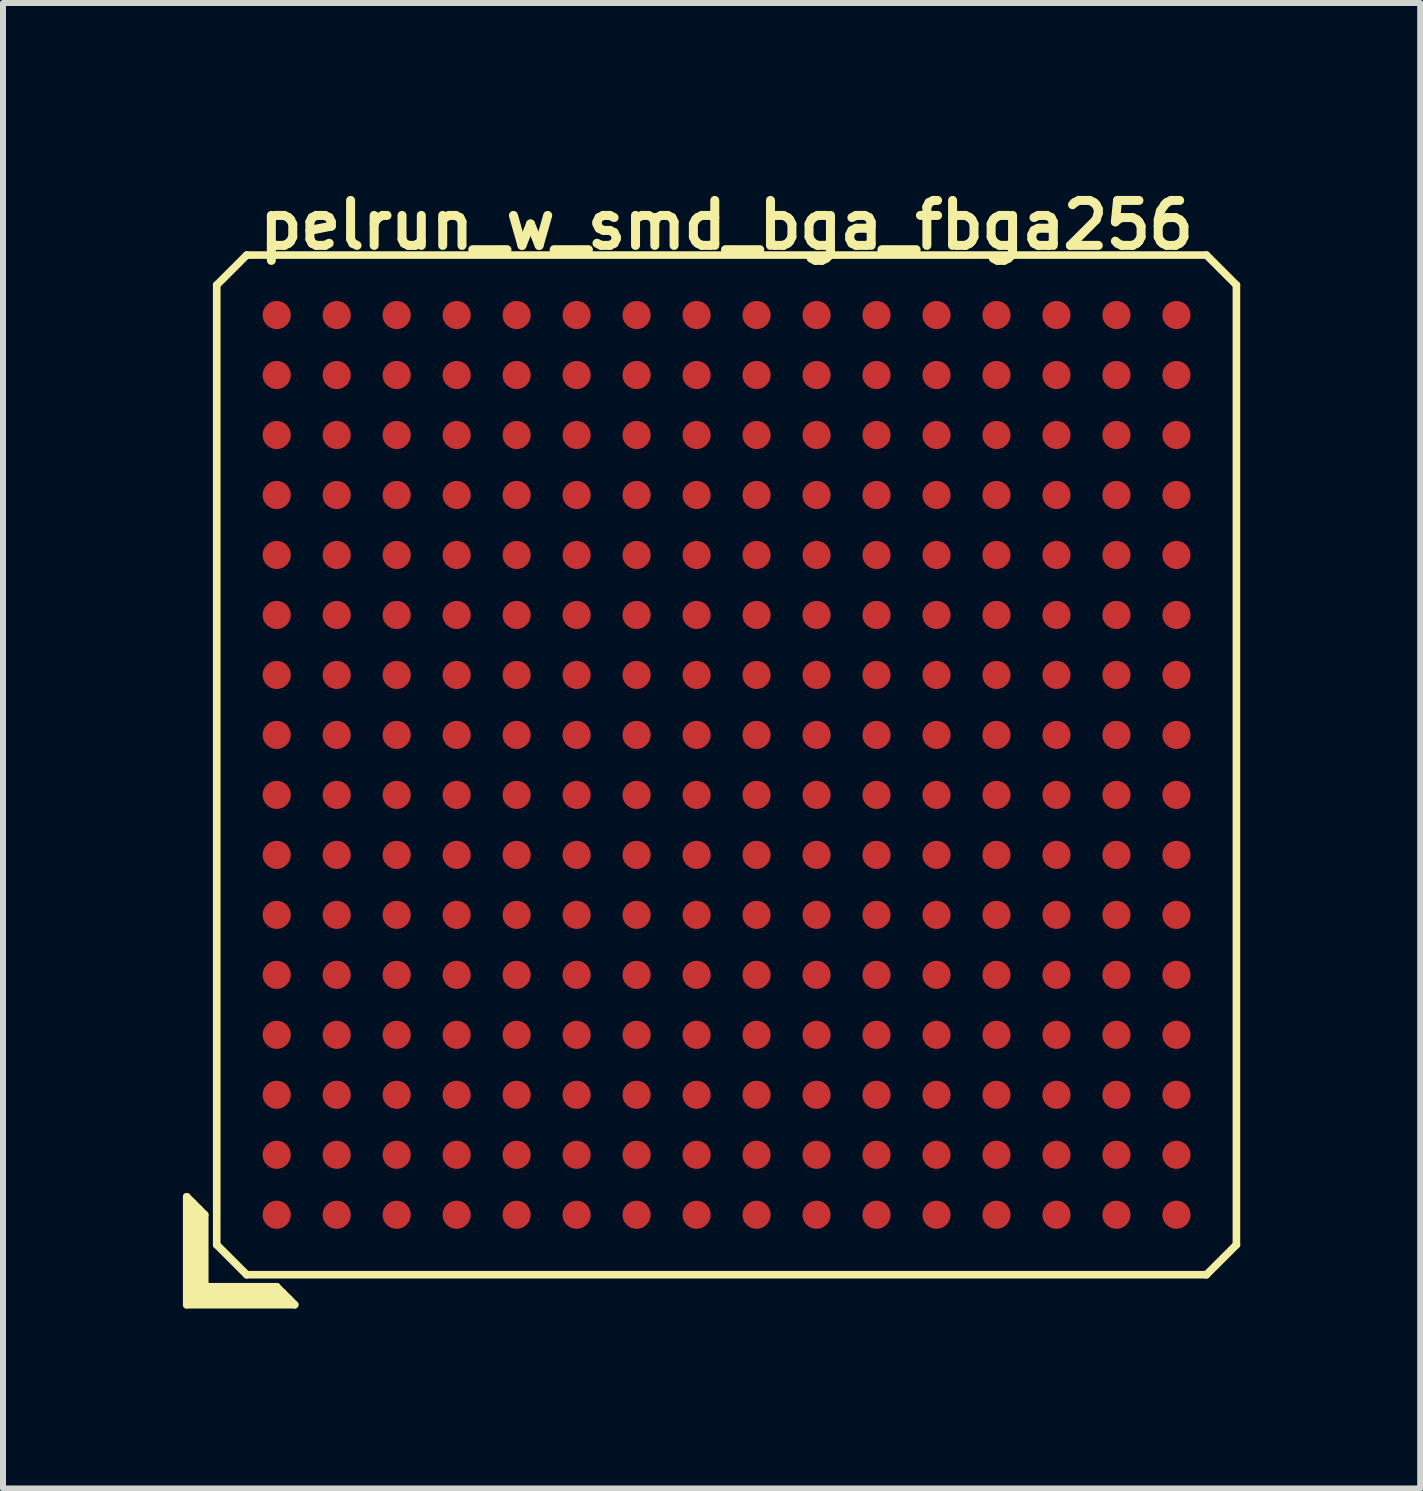
<source format=kicad_pcb>
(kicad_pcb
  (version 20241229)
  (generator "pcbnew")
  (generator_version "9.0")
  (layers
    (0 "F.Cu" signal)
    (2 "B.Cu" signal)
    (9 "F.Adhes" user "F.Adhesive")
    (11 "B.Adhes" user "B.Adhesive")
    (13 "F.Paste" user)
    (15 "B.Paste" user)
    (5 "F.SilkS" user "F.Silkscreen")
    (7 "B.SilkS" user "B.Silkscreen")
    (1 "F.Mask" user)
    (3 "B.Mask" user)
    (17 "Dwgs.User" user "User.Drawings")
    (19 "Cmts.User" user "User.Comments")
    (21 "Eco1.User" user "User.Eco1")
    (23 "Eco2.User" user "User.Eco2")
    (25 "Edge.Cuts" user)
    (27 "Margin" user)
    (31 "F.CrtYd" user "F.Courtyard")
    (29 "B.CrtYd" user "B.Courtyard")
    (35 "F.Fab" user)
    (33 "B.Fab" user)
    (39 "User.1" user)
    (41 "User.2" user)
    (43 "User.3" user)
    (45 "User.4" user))
  (footprint "pelrun_w_smd_bga_fbga256"
    (layer "F.Cu")
    (at 9.063 9.702)
    (property "Reference" "pelrun_w_smd_bga_fbga256" (at 0 -9 0) (layer "F.SilkS") (effects (font (size 0.75 0.75) (thickness 0.15))))
    (attr through_hole)
    (fp_line (start -9 7.2) (end -8.7 7.5) (stroke (width 0.127) (type solid)) (layer "F.SilkS"))
    (fp_line (start -9 9) (end -9 7.2) (stroke (width 0.127) (type solid)) (layer "F.SilkS"))
    (fp_line (start -8.9 8.9) (end -8.9 7.3) (stroke (width 0.127) (type solid)) (layer "F.SilkS"))
    (fp_line (start -8.8 7.4) (end -8.8 8.8) (stroke (width 0.127) (type solid)) (layer "F.SilkS"))
    (fp_line (start -8.8 8.8) (end -7.4 8.8) (stroke (width 0.127) (type solid)) (layer "F.SilkS"))
    (fp_line (start -8.7 7.5) (end -8.7 8.7) (stroke (width 0.127) (type solid)) (layer "F.SilkS"))
    (fp_line (start -8.7 8.7) (end -7.5 8.7) (stroke (width 0.127) (type solid)) (layer "F.SilkS"))
    (fp_line (start -8.5 -8) (end -8.5 8) (stroke (width 0.127) (type solid)) (layer "F.SilkS"))
    (fp_line (start -8.5 -8) (end -8 -8.5) (stroke (width 0.127) (type solid)) (layer "F.SilkS"))
    (fp_line (start -8 8.5) (end -8.5 8) (stroke (width 0.127) (type solid)) (layer "F.SilkS"))
    (fp_line (start -8 8.5) (end 8 8.5) (stroke (width 0.127) (type solid)) (layer "F.SilkS"))
    (fp_line (start -7.5 8.7) (end -7.2 9) (stroke (width 0.127) (type solid)) (layer "F.SilkS"))
    (fp_line (start -7.3 8.9) (end -8.9 8.9) (stroke (width 0.127) (type solid)) (layer "F.SilkS"))
    (fp_line (start -7.2 9) (end -9 9) (stroke (width 0.127) (type solid)) (layer "F.SilkS"))
    (fp_line (start 8 -8.5) (end -8 -8.5) (stroke (width 0.127) (type solid)) (layer "F.SilkS"))
    (fp_line (start 8 -8.5) (end 8.5 -8) (stroke (width 0.127) (type solid)) (layer "F.SilkS"))
    (fp_line (start 8.5 8) (end 8 8.5) (stroke (width 0.127) (type solid)) (layer "F.SilkS"))
    (fp_line (start 8.5 8) (end 8.5 -8) (stroke (width 0.127) (type solid)) (layer "F.SilkS"))
    (pad "A1" smd circle (at -7.5 7.5) (size 0.47 0.47) (layers "F.Cu" "F.Mask" "F.Paste"))
    (pad "A2" smd circle (at -6.5 7.5) (size 0.47 0.47) (layers "F.Cu" "F.Mask" "F.Paste"))
    (pad "A3" smd circle (at -5.5 7.5) (size 0.47 0.47) (layers "F.Cu" "F.Mask" "F.Paste"))
    (pad "A4" smd circle (at -4.5 7.5) (size 0.47 0.47) (layers "F.Cu" "F.Mask" "F.Paste"))
    (pad "A5" smd circle (at -3.5 7.5) (size 0.47 0.47) (layers "F.Cu" "F.Mask" "F.Paste"))
    (pad "A6" smd circle (at -2.5 7.5) (size 0.47 0.47) (layers "F.Cu" "F.Mask" "F.Paste"))
    (pad "A7" smd circle (at -1.5 7.5) (size 0.47 0.47) (layers "F.Cu" "F.Mask" "F.Paste"))
    (pad "A8" smd circle (at -0.5 7.5) (size 0.47 0.47) (layers "F.Cu" "F.Mask" "F.Paste"))
    (pad "A9" smd circle (at 0.5 7.5) (size 0.47 0.47) (layers "F.Cu" "F.Mask" "F.Paste"))
    (pad "A10" smd circle (at 1.5 7.5) (size 0.47 0.47) (layers "F.Cu" "F.Mask" "F.Paste"))
    (pad "A11" smd circle (at 2.5 7.5) (size 0.47 0.47) (layers "F.Cu" "F.Mask" "F.Paste"))
    (pad "A12" smd circle (at 3.5 7.5) (size 0.47 0.47) (layers "F.Cu" "F.Mask" "F.Paste"))
    (pad "A13" smd circle (at 4.5 7.5) (size 0.47 0.47) (layers "F.Cu" "F.Mask" "F.Paste"))
    (pad "A14" smd circle (at 5.5 7.5) (size 0.47 0.47) (layers "F.Cu" "F.Mask" "F.Paste"))
    (pad "A15" smd circle (at 6.5 7.5) (size 0.47 0.47) (layers "F.Cu" "F.Mask" "F.Paste"))
    (pad "A16" smd circle (at 7.5 7.5) (size 0.47 0.47) (layers "F.Cu" "F.Mask" "F.Paste"))
    (pad "B1" smd circle (at -7.5 6.5) (size 0.47 0.47) (layers "F.Cu" "F.Mask" "F.Paste"))
    (pad "B2" smd circle (at -6.5 6.5) (size 0.47 0.47) (layers "F.Cu" "F.Mask" "F.Paste"))
    (pad "B3" smd circle (at -5.5 6.5) (size 0.47 0.47) (layers "F.Cu" "F.Mask" "F.Paste"))
    (pad "B4" smd circle (at -4.5 6.5) (size 0.47 0.47) (layers "F.Cu" "F.Mask" "F.Paste"))
    (pad "B5" smd circle (at -3.5 6.5) (size 0.47 0.47) (layers "F.Cu" "F.Mask" "F.Paste"))
    (pad "B6" smd circle (at -2.5 6.5) (size 0.47 0.47) (layers "F.Cu" "F.Mask" "F.Paste"))
    (pad "B7" smd circle (at -1.5 6.5) (size 0.47 0.47) (layers "F.Cu" "F.Mask" "F.Paste"))
    (pad "B8" smd circle (at -0.5 6.5) (size 0.47 0.47) (layers "F.Cu" "F.Mask" "F.Paste"))
    (pad "B9" smd circle (at 0.5 6.5) (size 0.47 0.47) (layers "F.Cu" "F.Mask" "F.Paste"))
    (pad "B10" smd circle (at 1.5 6.5) (size 0.47 0.47) (layers "F.Cu" "F.Mask" "F.Paste"))
    (pad "B11" smd circle (at 2.5 6.5) (size 0.47 0.47) (layers "F.Cu" "F.Mask" "F.Paste"))
    (pad "B12" smd circle (at 3.5 6.5) (size 0.47 0.47) (layers "F.Cu" "F.Mask" "F.Paste"))
    (pad "B13" smd circle (at 4.5 6.5) (size 0.47 0.47) (layers "F.Cu" "F.Mask" "F.Paste"))
    (pad "B14" smd circle (at 5.5 6.5) (size 0.47 0.47) (layers "F.Cu" "F.Mask" "F.Paste"))
    (pad "B15" smd circle (at 6.5 6.5) (size 0.47 0.47) (layers "F.Cu" "F.Mask" "F.Paste"))
    (pad "B16" smd circle (at 7.5 6.5) (size 0.47 0.47) (layers "F.Cu" "F.Mask" "F.Paste"))
    (pad "C1" smd circle (at -7.5 5.5) (size 0.47 0.47) (layers "F.Cu" "F.Mask" "F.Paste"))
    (pad "C2" smd circle (at -6.5 5.5) (size 0.47 0.47) (layers "F.Cu" "F.Mask" "F.Paste"))
    (pad "C3" smd circle (at -5.5 5.5) (size 0.47 0.47) (layers "F.Cu" "F.Mask" "F.Paste"))
    (pad "C4" smd circle (at -4.5 5.5) (size 0.47 0.47) (layers "F.Cu" "F.Mask" "F.Paste"))
    (pad "C5" smd circle (at -3.5 5.5) (size 0.47 0.47) (layers "F.Cu" "F.Mask" "F.Paste"))
    (pad "C6" smd circle (at -2.5 5.5) (size 0.47 0.47) (layers "F.Cu" "F.Mask" "F.Paste"))
    (pad "C7" smd circle (at -1.5 5.5) (size 0.47 0.47) (layers "F.Cu" "F.Mask" "F.Paste"))
    (pad "C8" smd circle (at -0.5 5.5) (size 0.47 0.47) (layers "F.Cu" "F.Mask" "F.Paste"))
    (pad "C9" smd circle (at 0.5 5.5) (size 0.47 0.47) (layers "F.Cu" "F.Mask" "F.Paste"))
    (pad "C10" smd circle (at 1.5 5.5) (size 0.47 0.47) (layers "F.Cu" "F.Mask" "F.Paste"))
    (pad "C11" smd circle (at 2.5 5.5) (size 0.47 0.47) (layers "F.Cu" "F.Mask" "F.Paste"))
    (pad "C12" smd circle (at 3.5 5.5) (size 0.47 0.47) (layers "F.Cu" "F.Mask" "F.Paste"))
    (pad "C13" smd circle (at 4.5 5.5) (size 0.47 0.47) (layers "F.Cu" "F.Mask" "F.Paste"))
    (pad "C14" smd circle (at 5.5 5.5) (size 0.47 0.47) (layers "F.Cu" "F.Mask" "F.Paste"))
    (pad "C15" smd circle (at 6.5 5.5) (size 0.47 0.47) (layers "F.Cu" "F.Mask" "F.Paste"))
    (pad "C16" smd circle (at 7.5 5.5) (size 0.47 0.47) (layers "F.Cu" "F.Mask" "F.Paste"))
    (pad "D1" smd circle (at -7.5 4.5) (size 0.47 0.47) (layers "F.Cu" "F.Mask" "F.Paste"))
    (pad "D2" smd circle (at -6.5 4.5) (size 0.47 0.47) (layers "F.Cu" "F.Mask" "F.Paste"))
    (pad "D3" smd circle (at -5.5 4.5) (size 0.47 0.47) (layers "F.Cu" "F.Mask" "F.Paste"))
    (pad "D4" smd circle (at -4.5 4.5) (size 0.47 0.47) (layers "F.Cu" "F.Mask" "F.Paste"))
    (pad "D5" smd circle (at -3.5 4.5) (size 0.47 0.47) (layers "F.Cu" "F.Mask" "F.Paste"))
    (pad "D6" smd circle (at -2.5 4.5) (size 0.47 0.47) (layers "F.Cu" "F.Mask" "F.Paste"))
    (pad "D7" smd circle (at -1.5 4.5) (size 0.47 0.47) (layers "F.Cu" "F.Mask" "F.Paste"))
    (pad "D8" smd circle (at -0.5 4.5) (size 0.47 0.47) (layers "F.Cu" "F.Mask" "F.Paste"))
    (pad "D9" smd circle (at 0.5 4.5) (size 0.47 0.47) (layers "F.Cu" "F.Mask" "F.Paste"))
    (pad "D10" smd circle (at 1.5 4.5) (size 0.47 0.47) (layers "F.Cu" "F.Mask" "F.Paste"))
    (pad "D11" smd circle (at 2.5 4.5) (size 0.47 0.47) (layers "F.Cu" "F.Mask" "F.Paste"))
    (pad "D12" smd circle (at 3.5 4.5) (size 0.47 0.47) (layers "F.Cu" "F.Mask" "F.Paste"))
    (pad "D13" smd circle (at 4.5 4.5) (size 0.47 0.47) (layers "F.Cu" "F.Mask" "F.Paste"))
    (pad "D14" smd circle (at 5.5 4.5) (size 0.47 0.47) (layers "F.Cu" "F.Mask" "F.Paste"))
    (pad "D15" smd circle (at 6.5 4.5) (size 0.47 0.47) (layers "F.Cu" "F.Mask" "F.Paste"))
    (pad "D16" smd circle (at 7.5 4.5) (size 0.47 0.47) (layers "F.Cu" "F.Mask" "F.Paste"))
    (pad "E1" smd circle (at -7.5 3.5) (size 0.47 0.47) (layers "F.Cu" "F.Mask" "F.Paste"))
    (pad "E2" smd circle (at -6.5 3.5) (size 0.47 0.47) (layers "F.Cu" "F.Mask" "F.Paste"))
    (pad "E3" smd circle (at -5.5 3.5) (size 0.47 0.47) (layers "F.Cu" "F.Mask" "F.Paste"))
    (pad "E4" smd circle (at -4.5 3.5) (size 0.47 0.47) (layers "F.Cu" "F.Mask" "F.Paste"))
    (pad "E5" smd circle (at -3.5 3.5) (size 0.47 0.47) (layers "F.Cu" "F.Mask" "F.Paste"))
    (pad "E6" smd circle (at -2.5 3.5) (size 0.47 0.47) (layers "F.Cu" "F.Mask" "F.Paste"))
    (pad "E7" smd circle (at -1.5 3.5) (size 0.47 0.47) (layers "F.Cu" "F.Mask" "F.Paste"))
    (pad "E8" smd circle (at -0.5 3.5) (size 0.47 0.47) (layers "F.Cu" "F.Mask" "F.Paste"))
    (pad "E9" smd circle (at 0.5 3.5) (size 0.47 0.47) (layers "F.Cu" "F.Mask" "F.Paste"))
    (pad "E10" smd circle (at 1.5 3.5) (size 0.47 0.47) (layers "F.Cu" "F.Mask" "F.Paste"))
    (pad "E11" smd circle (at 2.5 3.5) (size 0.47 0.47) (layers "F.Cu" "F.Mask" "F.Paste"))
    (pad "E12" smd circle (at 3.5 3.5) (size 0.47 0.47) (layers "F.Cu" "F.Mask" "F.Paste"))
    (pad "E13" smd circle (at 4.5 3.5) (size 0.47 0.47) (layers "F.Cu" "F.Mask" "F.Paste"))
    (pad "E14" smd circle (at 5.5 3.5) (size 0.47 0.47) (layers "F.Cu" "F.Mask" "F.Paste"))
    (pad "E15" smd circle (at 6.5 3.5) (size 0.47 0.47) (layers "F.Cu" "F.Mask" "F.Paste"))
    (pad "E16" smd circle (at 7.5 3.5) (size 0.47 0.47) (layers "F.Cu" "F.Mask" "F.Paste"))
    (pad "F1" smd circle (at -7.5 2.5) (size 0.47 0.47) (layers "F.Cu" "F.Mask" "F.Paste"))
    (pad "F2" smd circle (at -6.5 2.5) (size 0.47 0.47) (layers "F.Cu" "F.Mask" "F.Paste"))
    (pad "F3" smd circle (at -5.5 2.5) (size 0.47 0.47) (layers "F.Cu" "F.Mask" "F.Paste"))
    (pad "F4" smd circle (at -4.5 2.5) (size 0.47 0.47) (layers "F.Cu" "F.Mask" "F.Paste"))
    (pad "F5" smd circle (at -3.5 2.5) (size 0.47 0.47) (layers "F.Cu" "F.Mask" "F.Paste"))
    (pad "F6" smd circle (at -2.5 2.5) (size 0.47 0.47) (layers "F.Cu" "F.Mask" "F.Paste"))
    (pad "F7" smd circle (at -1.5 2.5) (size 0.47 0.47) (layers "F.Cu" "F.Mask" "F.Paste"))
    (pad "F8" smd circle (at -0.5 2.5) (size 0.47 0.47) (layers "F.Cu" "F.Mask" "F.Paste"))
    (pad "F9" smd circle (at 0.5 2.5) (size 0.47 0.47) (layers "F.Cu" "F.Mask" "F.Paste"))
    (pad "F10" smd circle (at 1.5 2.5) (size 0.47 0.47) (layers "F.Cu" "F.Mask" "F.Paste"))
    (pad "F11" smd circle (at 2.5 2.5) (size 0.47 0.47) (layers "F.Cu" "F.Mask" "F.Paste"))
    (pad "F12" smd circle (at 3.5 2.5) (size 0.47 0.47) (layers "F.Cu" "F.Mask" "F.Paste"))
    (pad "F13" smd circle (at 4.5 2.5) (size 0.47 0.47) (layers "F.Cu" "F.Mask" "F.Paste"))
    (pad "F14" smd circle (at 5.5 2.5) (size 0.47 0.47) (layers "F.Cu" "F.Mask" "F.Paste"))
    (pad "F15" smd circle (at 6.5 2.5) (size 0.47 0.47) (layers "F.Cu" "F.Mask" "F.Paste"))
    (pad "F16" smd circle (at 7.5 2.5) (size 0.47 0.47) (layers "F.Cu" "F.Mask" "F.Paste"))
    (pad "G1" smd circle (at -7.5 1.5) (size 0.47 0.47) (layers "F.Cu" "F.Mask" "F.Paste"))
    (pad "G2" smd circle (at -6.5 1.5) (size 0.47 0.47) (layers "F.Cu" "F.Mask" "F.Paste"))
    (pad "G3" smd circle (at -5.5 1.5) (size 0.47 0.47) (layers "F.Cu" "F.Mask" "F.Paste"))
    (pad "G4" smd circle (at -4.5 1.5) (size 0.47 0.47) (layers "F.Cu" "F.Mask" "F.Paste"))
    (pad "G5" smd circle (at -3.5 1.5) (size 0.47 0.47) (layers "F.Cu" "F.Mask" "F.Paste"))
    (pad "G6" smd circle (at -2.5 1.5) (size 0.47 0.47) (layers "F.Cu" "F.Mask" "F.Paste"))
    (pad "G7" smd circle (at -1.5 1.5) (size 0.47 0.47) (layers "F.Cu" "F.Mask" "F.Paste"))
    (pad "G8" smd circle (at -0.5 1.5) (size 0.47 0.47) (layers "F.Cu" "F.Mask" "F.Paste"))
    (pad "G9" smd circle (at 0.5 1.5) (size 0.47 0.47) (layers "F.Cu" "F.Mask" "F.Paste"))
    (pad "G10" smd circle (at 1.5 1.5) (size 0.47 0.47) (layers "F.Cu" "F.Mask" "F.Paste"))
    (pad "G11" smd circle (at 2.5 1.5) (size 0.47 0.47) (layers "F.Cu" "F.Mask" "F.Paste"))
    (pad "G12" smd circle (at 3.5 1.5) (size 0.47 0.47) (layers "F.Cu" "F.Mask" "F.Paste"))
    (pad "G13" smd circle (at 4.5 1.5) (size 0.47 0.47) (layers "F.Cu" "F.Mask" "F.Paste"))
    (pad "G14" smd circle (at 5.5 1.5) (size 0.47 0.47) (layers "F.Cu" "F.Mask" "F.Paste"))
    (pad "G15" smd circle (at 6.5 1.5) (size 0.47 0.47) (layers "F.Cu" "F.Mask" "F.Paste"))
    (pad "G16" smd circle (at 7.5 1.5) (size 0.47 0.47) (layers "F.Cu" "F.Mask" "F.Paste"))
    (pad "H1" smd circle (at -7.5 0.5) (size 0.47 0.47) (layers "F.Cu" "F.Mask" "F.Paste"))
    (pad "H2" smd circle (at -6.5 0.5) (size 0.47 0.47) (layers "F.Cu" "F.Mask" "F.Paste"))
    (pad "H3" smd circle (at -5.5 0.5) (size 0.47 0.47) (layers "F.Cu" "F.Mask" "F.Paste"))
    (pad "H4" smd circle (at -4.5 0.5) (size 0.47 0.47) (layers "F.Cu" "F.Mask" "F.Paste"))
    (pad "H5" smd circle (at -3.5 0.5) (size 0.47 0.47) (layers "F.Cu" "F.Mask" "F.Paste"))
    (pad "H6" smd circle (at -2.5 0.5) (size 0.47 0.47) (layers "F.Cu" "F.Mask" "F.Paste"))
    (pad "H7" smd circle (at -1.5 0.5) (size 0.47 0.47) (layers "F.Cu" "F.Mask" "F.Paste"))
    (pad "H8" smd circle (at -0.5 0.5) (size 0.47 0.47) (layers "F.Cu" "F.Mask" "F.Paste"))
    (pad "H9" smd circle (at 0.5 0.5) (size 0.47 0.47) (layers "F.Cu" "F.Mask" "F.Paste"))
    (pad "H10" smd circle (at 1.5 0.5) (size 0.47 0.47) (layers "F.Cu" "F.Mask" "F.Paste"))
    (pad "H11" smd circle (at 2.5 0.5) (size 0.47 0.47) (layers "F.Cu" "F.Mask" "F.Paste"))
    (pad "H12" smd circle (at 3.5 0.5) (size 0.47 0.47) (layers "F.Cu" "F.Mask" "F.Paste"))
    (pad "H13" smd circle (at 4.5 0.5) (size 0.47 0.47) (layers "F.Cu" "F.Mask" "F.Paste"))
    (pad "H14" smd circle (at 5.5 0.5) (size 0.47 0.47) (layers "F.Cu" "F.Mask" "F.Paste"))
    (pad "H15" smd circle (at 6.5 0.5) (size 0.47 0.47) (layers "F.Cu" "F.Mask" "F.Paste"))
    (pad "H16" smd circle (at 7.5 0.5) (size 0.47 0.47) (layers "F.Cu" "F.Mask" "F.Paste"))
    (pad "J1" smd circle (at -7.5 -0.5) (size 0.47 0.47) (layers "F.Cu" "F.Mask" "F.Paste"))
    (pad "J2" smd circle (at -6.5 -0.5) (size 0.47 0.47) (layers "F.Cu" "F.Mask" "F.Paste"))
    (pad "J3" smd circle (at -5.5 -0.5) (size 0.47 0.47) (layers "F.Cu" "F.Mask" "F.Paste"))
    (pad "J4" smd circle (at -4.5 -0.5) (size 0.47 0.47) (layers "F.Cu" "F.Mask" "F.Paste"))
    (pad "J5" smd circle (at -3.5 -0.5) (size 0.47 0.47) (layers "F.Cu" "F.Mask" "F.Paste"))
    (pad "J6" smd circle (at -2.5 -0.5) (size 0.47 0.47) (layers "F.Cu" "F.Mask" "F.Paste"))
    (pad "J7" smd circle (at -1.5 -0.5) (size 0.47 0.47) (layers "F.Cu" "F.Mask" "F.Paste"))
    (pad "J8" smd circle (at -0.5 -0.5) (size 0.47 0.47) (layers "F.Cu" "F.Mask" "F.Paste"))
    (pad "J9" smd circle (at 0.5 -0.5) (size 0.47 0.47) (layers "F.Cu" "F.Mask" "F.Paste"))
    (pad "J10" smd circle (at 1.5 -0.5) (size 0.47 0.47) (layers "F.Cu" "F.Mask" "F.Paste"))
    (pad "J11" smd circle (at 2.5 -0.5) (size 0.47 0.47) (layers "F.Cu" "F.Mask" "F.Paste"))
    (pad "J12" smd circle (at 3.5 -0.5) (size 0.47 0.47) (layers "F.Cu" "F.Mask" "F.Paste"))
    (pad "J13" smd circle (at 4.5 -0.5) (size 0.47 0.47) (layers "F.Cu" "F.Mask" "F.Paste"))
    (pad "J14" smd circle (at 5.5 -0.5) (size 0.47 0.47) (layers "F.Cu" "F.Mask" "F.Paste"))
    (pad "J15" smd circle (at 6.5 -0.5) (size 0.47 0.47) (layers "F.Cu" "F.Mask" "F.Paste"))
    (pad "J16" smd circle (at 7.5 -0.5) (size 0.47 0.47) (layers "F.Cu" "F.Mask" "F.Paste"))
    (pad "K1" smd circle (at -7.5 -1.5) (size 0.47 0.47) (layers "F.Cu" "F.Mask" "F.Paste"))
    (pad "K2" smd circle (at -6.5 -1.5) (size 0.47 0.47) (layers "F.Cu" "F.Mask" "F.Paste"))
    (pad "K3" smd circle (at -5.5 -1.5) (size 0.47 0.47) (layers "F.Cu" "F.Mask" "F.Paste"))
    (pad "K4" smd circle (at -4.5 -1.5) (size 0.47 0.47) (layers "F.Cu" "F.Mask" "F.Paste"))
    (pad "K5" smd circle (at -3.5 -1.5) (size 0.47 0.47) (layers "F.Cu" "F.Mask" "F.Paste"))
    (pad "K6" smd circle (at -2.5 -1.5) (size 0.47 0.47) (layers "F.Cu" "F.Mask" "F.Paste"))
    (pad "K7" smd circle (at -1.5 -1.5) (size 0.47 0.47) (layers "F.Cu" "F.Mask" "F.Paste"))
    (pad "K8" smd circle (at -0.5 -1.5) (size 0.47 0.47) (layers "F.Cu" "F.Mask" "F.Paste"))
    (pad "K9" smd circle (at 0.5 -1.5) (size 0.47 0.47) (layers "F.Cu" "F.Mask" "F.Paste"))
    (pad "K10" smd circle (at 1.5 -1.5) (size 0.47 0.47) (layers "F.Cu" "F.Mask" "F.Paste"))
    (pad "K11" smd circle (at 2.5 -1.5) (size 0.47 0.47) (layers "F.Cu" "F.Mask" "F.Paste"))
    (pad "K12" smd circle (at 3.5 -1.5) (size 0.47 0.47) (layers "F.Cu" "F.Mask" "F.Paste"))
    (pad "K13" smd circle (at 4.5 -1.5) (size 0.47 0.47) (layers "F.Cu" "F.Mask" "F.Paste"))
    (pad "K14" smd circle (at 5.5 -1.5) (size 0.47 0.47) (layers "F.Cu" "F.Mask" "F.Paste"))
    (pad "K15" smd circle (at 6.5 -1.5) (size 0.47 0.47) (layers "F.Cu" "F.Mask" "F.Paste"))
    (pad "K16" smd circle (at 7.5 -1.5) (size 0.47 0.47) (layers "F.Cu" "F.Mask" "F.Paste"))
    (pad "L1" smd circle (at -7.5 -2.5) (size 0.47 0.47) (layers "F.Cu" "F.Mask" "F.Paste"))
    (pad "L2" smd circle (at -6.5 -2.5) (size 0.47 0.47) (layers "F.Cu" "F.Mask" "F.Paste"))
    (pad "L3" smd circle (at -5.5 -2.5) (size 0.47 0.47) (layers "F.Cu" "F.Mask" "F.Paste"))
    (pad "L4" smd circle (at -4.5 -2.5) (size 0.47 0.47) (layers "F.Cu" "F.Mask" "F.Paste"))
    (pad "L5" smd circle (at -3.5 -2.5) (size 0.47 0.47) (layers "F.Cu" "F.Mask" "F.Paste"))
    (pad "L6" smd circle (at -2.5 -2.5) (size 0.47 0.47) (layers "F.Cu" "F.Mask" "F.Paste"))
    (pad "L7" smd circle (at -1.5 -2.5) (size 0.47 0.47) (layers "F.Cu" "F.Mask" "F.Paste"))
    (pad "L8" smd circle (at -0.5 -2.5) (size 0.47 0.47) (layers "F.Cu" "F.Mask" "F.Paste"))
    (pad "L9" smd circle (at 0.5 -2.5) (size 0.47 0.47) (layers "F.Cu" "F.Mask" "F.Paste"))
    (pad "L10" smd circle (at 1.5 -2.5) (size 0.47 0.47) (layers "F.Cu" "F.Mask" "F.Paste"))
    (pad "L11" smd circle (at 2.5 -2.5) (size 0.47 0.47) (layers "F.Cu" "F.Mask" "F.Paste"))
    (pad "L12" smd circle (at 3.5 -2.5) (size 0.47 0.47) (layers "F.Cu" "F.Mask" "F.Paste"))
    (pad "L13" smd circle (at 4.5 -2.5) (size 0.47 0.47) (layers "F.Cu" "F.Mask" "F.Paste"))
    (pad "L14" smd circle (at 5.5 -2.5) (size 0.47 0.47) (layers "F.Cu" "F.Mask" "F.Paste"))
    (pad "L15" smd circle (at 6.5 -2.5) (size 0.47 0.47) (layers "F.Cu" "F.Mask" "F.Paste"))
    (pad "L16" smd circle (at 7.5 -2.5) (size 0.47 0.47) (layers "F.Cu" "F.Mask" "F.Paste"))
    (pad "M1" smd circle (at -7.5 -3.5) (size 0.47 0.47) (layers "F.Cu" "F.Mask" "F.Paste"))
    (pad "M2" smd circle (at -6.5 -3.5) (size 0.47 0.47) (layers "F.Cu" "F.Mask" "F.Paste"))
    (pad "M3" smd circle (at -5.5 -3.5) (size 0.47 0.47) (layers "F.Cu" "F.Mask" "F.Paste"))
    (pad "M4" smd circle (at -4.5 -3.5) (size 0.47 0.47) (layers "F.Cu" "F.Mask" "F.Paste"))
    (pad "M5" smd circle (at -3.5 -3.5) (size 0.47 0.47) (layers "F.Cu" "F.Mask" "F.Paste"))
    (pad "M6" smd circle (at -2.5 -3.5) (size 0.47 0.47) (layers "F.Cu" "F.Mask" "F.Paste"))
    (pad "M7" smd circle (at -1.5 -3.5) (size 0.47 0.47) (layers "F.Cu" "F.Mask" "F.Paste"))
    (pad "M8" smd circle (at -0.5 -3.5) (size 0.47 0.47) (layers "F.Cu" "F.Mask" "F.Paste"))
    (pad "M9" smd circle (at 0.5 -3.5) (size 0.47 0.47) (layers "F.Cu" "F.Mask" "F.Paste"))
    (pad "M10" smd circle (at 1.5 -3.5) (size 0.47 0.47) (layers "F.Cu" "F.Mask" "F.Paste"))
    (pad "M11" smd circle (at 2.5 -3.5) (size 0.47 0.47) (layers "F.Cu" "F.Mask" "F.Paste"))
    (pad "M12" smd circle (at 3.5 -3.5) (size 0.47 0.47) (layers "F.Cu" "F.Mask" "F.Paste"))
    (pad "M13" smd circle (at 4.5 -3.5) (size 0.47 0.47) (layers "F.Cu" "F.Mask" "F.Paste"))
    (pad "M14" smd circle (at 5.5 -3.5) (size 0.47 0.47) (layers "F.Cu" "F.Mask" "F.Paste"))
    (pad "M15" smd circle (at 6.5 -3.5) (size 0.47 0.47) (layers "F.Cu" "F.Mask" "F.Paste"))
    (pad "M16" smd circle (at 7.5 -3.5) (size 0.47 0.47) (layers "F.Cu" "F.Mask" "F.Paste"))
    (pad "N1" smd circle (at -7.5 -4.5) (size 0.47 0.47) (layers "F.Cu" "F.Mask" "F.Paste"))
    (pad "N2" smd circle (at -6.5 -4.5) (size 0.47 0.47) (layers "F.Cu" "F.Mask" "F.Paste"))
    (pad "N3" smd circle (at -5.5 -4.5) (size 0.47 0.47) (layers "F.Cu" "F.Mask" "F.Paste"))
    (pad "N4" smd circle (at -4.5 -4.5) (size 0.47 0.47) (layers "F.Cu" "F.Mask" "F.Paste"))
    (pad "N5" smd circle (at -3.5 -4.5) (size 0.47 0.47) (layers "F.Cu" "F.Mask" "F.Paste"))
    (pad "N6" smd circle (at -2.5 -4.5) (size 0.47 0.47) (layers "F.Cu" "F.Mask" "F.Paste"))
    (pad "N7" smd circle (at -1.5 -4.5) (size 0.47 0.47) (layers "F.Cu" "F.Mask" "F.Paste"))
    (pad "N8" smd circle (at -0.5 -4.5) (size 0.47 0.47) (layers "F.Cu" "F.Mask" "F.Paste"))
    (pad "N9" smd circle (at 0.5 -4.5) (size 0.47 0.47) (layers "F.Cu" "F.Mask" "F.Paste"))
    (pad "N10" smd circle (at 1.5 -4.5) (size 0.47 0.47) (layers "F.Cu" "F.Mask" "F.Paste"))
    (pad "N11" smd circle (at 2.5 -4.5) (size 0.47 0.47) (layers "F.Cu" "F.Mask" "F.Paste"))
    (pad "N12" smd circle (at 3.5 -4.5) (size 0.47 0.47) (layers "F.Cu" "F.Mask" "F.Paste"))
    (pad "N13" smd circle (at 4.5 -4.5) (size 0.47 0.47) (layers "F.Cu" "F.Mask" "F.Paste"))
    (pad "N14" smd circle (at 5.5 -4.5) (size 0.47 0.47) (layers "F.Cu" "F.Mask" "F.Paste"))
    (pad "N15" smd circle (at 6.5 -4.5) (size 0.47 0.47) (layers "F.Cu" "F.Mask" "F.Paste"))
    (pad "N16" smd circle (at 7.5 -4.5) (size 0.47 0.47) (layers "F.Cu" "F.Mask" "F.Paste"))
    (pad "P1" smd circle (at -7.5 -5.5) (size 0.47 0.47) (layers "F.Cu" "F.Mask" "F.Paste"))
    (pad "P2" smd circle (at -6.5 -5.5) (size 0.47 0.47) (layers "F.Cu" "F.Mask" "F.Paste"))
    (pad "P3" smd circle (at -5.5 -5.5) (size 0.47 0.47) (layers "F.Cu" "F.Mask" "F.Paste"))
    (pad "P4" smd circle (at -4.5 -5.5) (size 0.47 0.47) (layers "F.Cu" "F.Mask" "F.Paste"))
    (pad "P5" smd circle (at -3.5 -5.5) (size 0.47 0.47) (layers "F.Cu" "F.Mask" "F.Paste"))
    (pad "P6" smd circle (at -2.5 -5.5) (size 0.47 0.47) (layers "F.Cu" "F.Mask" "F.Paste"))
    (pad "P7" smd circle (at -1.5 -5.5) (size 0.47 0.47) (layers "F.Cu" "F.Mask" "F.Paste"))
    (pad "P8" smd circle (at -0.5 -5.5) (size 0.47 0.47) (layers "F.Cu" "F.Mask" "F.Paste"))
    (pad "P9" smd circle (at 0.5 -5.5) (size 0.47 0.47) (layers "F.Cu" "F.Mask" "F.Paste"))
    (pad "P10" smd circle (at 1.5 -5.5) (size 0.47 0.47) (layers "F.Cu" "F.Mask" "F.Paste"))
    (pad "P11" smd circle (at 2.5 -5.5) (size 0.47 0.47) (layers "F.Cu" "F.Mask" "F.Paste"))
    (pad "P12" smd circle (at 3.5 -5.5) (size 0.47 0.47) (layers "F.Cu" "F.Mask" "F.Paste"))
    (pad "P13" smd circle (at 4.5 -5.5) (size 0.47 0.47) (layers "F.Cu" "F.Mask" "F.Paste"))
    (pad "P14" smd circle (at 5.5 -5.5) (size 0.47 0.47) (layers "F.Cu" "F.Mask" "F.Paste"))
    (pad "P15" smd circle (at 6.5 -5.5) (size 0.47 0.47) (layers "F.Cu" "F.Mask" "F.Paste"))
    (pad "P16" smd circle (at 7.5 -5.5) (size 0.47 0.47) (layers "F.Cu" "F.Mask" "F.Paste"))
    (pad "R1" smd circle (at -7.5 -6.5) (size 0.47 0.47) (layers "F.Cu" "F.Mask" "F.Paste"))
    (pad "R2" smd circle (at -6.5 -6.5) (size 0.47 0.47) (layers "F.Cu" "F.Mask" "F.Paste"))
    (pad "R3" smd circle (at -5.5 -6.5) (size 0.47 0.47) (layers "F.Cu" "F.Mask" "F.Paste"))
    (pad "R4" smd circle (at -4.5 -6.5) (size 0.47 0.47) (layers "F.Cu" "F.Mask" "F.Paste"))
    (pad "R5" smd circle (at -3.5 -6.5) (size 0.47 0.47) (layers "F.Cu" "F.Mask" "F.Paste"))
    (pad "R6" smd circle (at -2.5 -6.5) (size 0.47 0.47) (layers "F.Cu" "F.Mask" "F.Paste"))
    (pad "R7" smd circle (at -1.5 -6.5) (size 0.47 0.47) (layers "F.Cu" "F.Mask" "F.Paste"))
    (pad "R8" smd circle (at -0.5 -6.5) (size 0.47 0.47) (layers "F.Cu" "F.Mask" "F.Paste"))
    (pad "R9" smd circle (at 0.5 -6.5) (size 0.47 0.47) (layers "F.Cu" "F.Mask" "F.Paste"))
    (pad "R10" smd circle (at 1.5 -6.5) (size 0.47 0.47) (layers "F.Cu" "F.Mask" "F.Paste"))
    (pad "R11" smd circle (at 2.5 -6.5) (size 0.47 0.47) (layers "F.Cu" "F.Mask" "F.Paste"))
    (pad "R12" smd circle (at 3.5 -6.5) (size 0.47 0.47) (layers "F.Cu" "F.Mask" "F.Paste"))
    (pad "R13" smd circle (at 4.5 -6.5) (size 0.47 0.47) (layers "F.Cu" "F.Mask" "F.Paste"))
    (pad "R14" smd circle (at 5.5 -6.5) (size 0.47 0.47) (layers "F.Cu" "F.Mask" "F.Paste"))
    (pad "R15" smd circle (at 6.5 -6.5) (size 0.47 0.47) (layers "F.Cu" "F.Mask" "F.Paste"))
    (pad "R16" smd circle (at 7.5 -6.5) (size 0.47 0.47) (layers "F.Cu" "F.Mask" "F.Paste"))
    (pad "T1" smd circle (at -7.5 -7.5) (size 0.47 0.47) (layers "F.Cu" "F.Mask" "F.Paste"))
    (pad "T2" smd circle (at -6.5 -7.5) (size 0.47 0.47) (layers "F.Cu" "F.Mask" "F.Paste"))
    (pad "T3" smd circle (at -5.5 -7.5) (size 0.47 0.47) (layers "F.Cu" "F.Mask" "F.Paste"))
    (pad "T4" smd circle (at -4.5 -7.5) (size 0.47 0.47) (layers "F.Cu" "F.Mask" "F.Paste"))
    (pad "T5" smd circle (at -3.5 -7.5) (size 0.47 0.47) (layers "F.Cu" "F.Mask" "F.Paste"))
    (pad "T6" smd circle (at -2.5 -7.5) (size 0.47 0.47) (layers "F.Cu" "F.Mask" "F.Paste"))
    (pad "T7" smd circle (at -1.5 -7.5) (size 0.47 0.47) (layers "F.Cu" "F.Mask" "F.Paste"))
    (pad "T8" smd circle (at -0.5 -7.5) (size 0.47 0.47) (layers "F.Cu" "F.Mask" "F.Paste"))
    (pad "T9" smd circle (at 0.5 -7.5) (size 0.47 0.47) (layers "F.Cu" "F.Mask" "F.Paste"))
    (pad "T10" smd circle (at 1.5 -7.5) (size 0.47 0.47) (layers "F.Cu" "F.Mask" "F.Paste"))
    (pad "T11" smd circle (at 2.5 -7.5) (size 0.47 0.47) (layers "F.Cu" "F.Mask" "F.Paste"))
    (pad "T12" smd circle (at 3.5 -7.5) (size 0.47 0.47) (layers "F.Cu" "F.Mask" "F.Paste"))
    (pad "T13" smd circle (at 4.5 -7.5) (size 0.47 0.47) (layers "F.Cu" "F.Mask" "F.Paste"))
    (pad "T14" smd circle (at 5.5 -7.5) (size 0.47 0.47) (layers "F.Cu" "F.Mask" "F.Paste"))
    (pad "T15" smd circle (at 6.5 -7.5) (size 0.47 0.47) (layers "F.Cu" "F.Mask" "F.Paste"))
    (pad "T16" smd circle (at 7.5 -7.5) (size 0.47 0.47) (layers "F.Cu" "F.Mask" "F.Paste")))
  (gr_rect
    (start -3 -3)
    (end 20.627 21.765)
    (stroke (width 0.1) (type default))
    (fill no)
    (layer "Edge.Cuts")))
</source>
